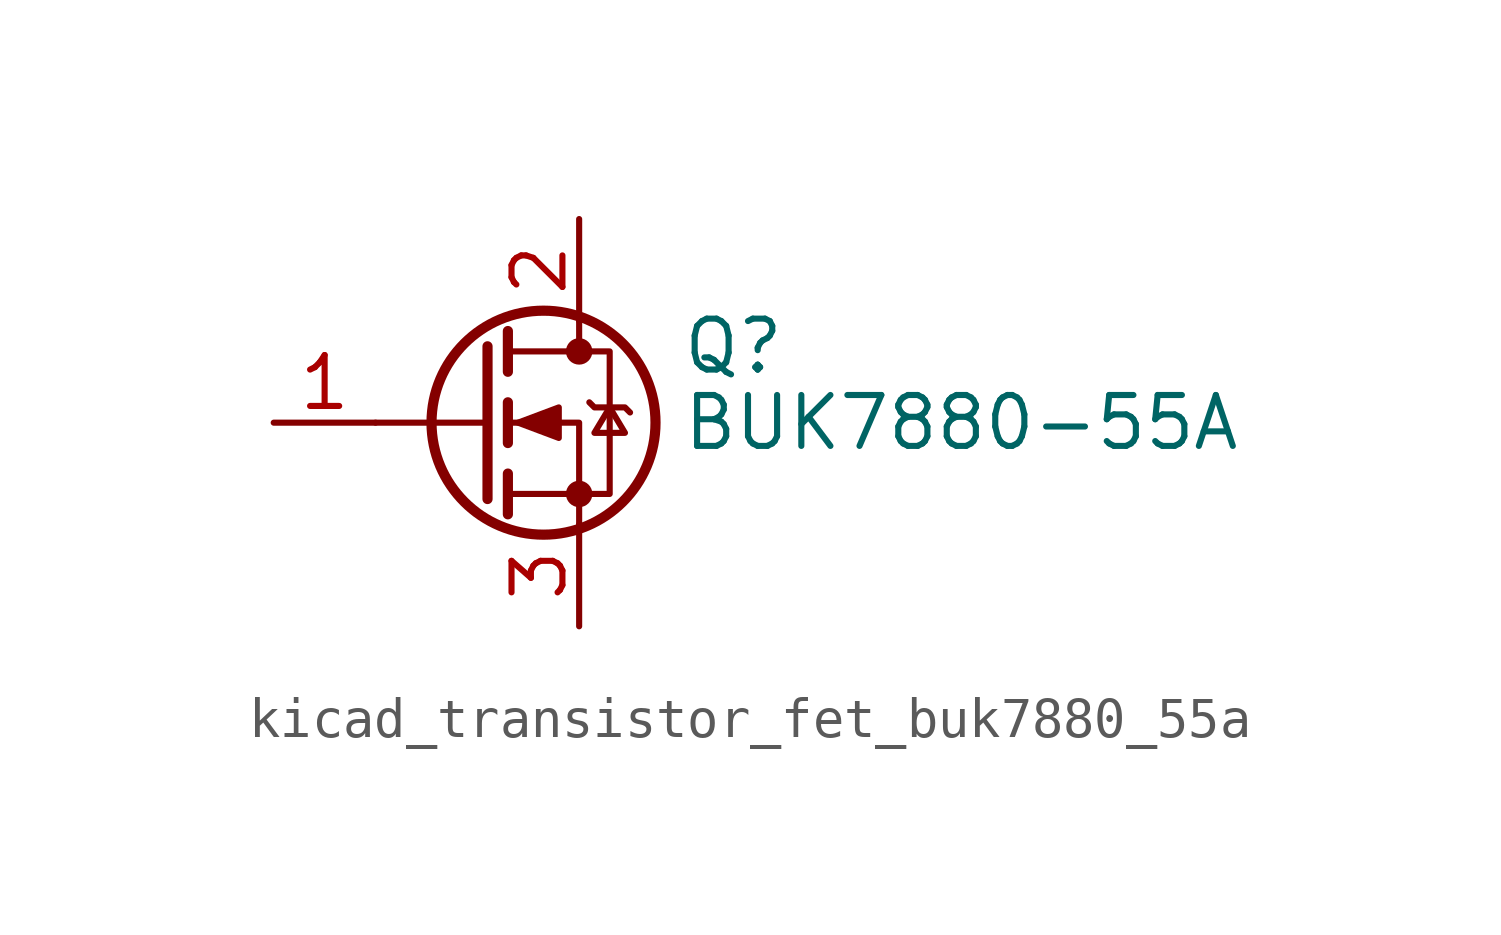
<source format=kicad_sym>
(kicad_symbol_lib
  (version 20220914)
  (generator kicad_symbol_editor)
  (symbol "kicad_transistor_fet_buk7880_55a"
    (pin_names hide)
    (property "Reference" "Q"
      (at 5.08 1.905 0)
      (effects (font (size 1.27 1.27)) (justify left)))
    (property "Value" "BUK7880-55A"
      (at 5.08 0 0)
      (effects (font (size 1.27 1.27)) (justify left)))
    (symbol "kicad_transistor_fet_buk7880_55a_0_1"
      (polyline (pts (xy 0.254 0) (xy -2.54 0)) (stroke (width 0) (type default)) (fill (type none)))
      (polyline (pts (xy 0.254 1.905) (xy 0.254 -1.905)) (stroke (width 0.254) (type default)) (fill (type none)))
      (polyline (pts (xy 0.762 -1.27) (xy 0.762 -2.286)) (stroke (width 0.254) (type default)) (fill (type none)))
      (polyline (pts (xy 0.762 0.508) (xy 0.762 -0.508)) (stroke (width 0.254) (type default)) (fill (type none)))
      (polyline (pts (xy 0.762 2.286) (xy 0.762 1.27)) (stroke (width 0.254) (type default)) (fill (type none)))
      (polyline (pts (xy 2.54 2.54) (xy 2.54 1.778)) (stroke (width 0) (type default)) (fill (type none)))
      (polyline (pts (xy 2.54 -2.54) (xy 2.54 0) (xy 0.762 0)) (stroke (width 0) (type default)) (fill (type none)))
      (polyline (pts (xy 0.762 -1.778) (xy 3.302 -1.778) (xy 3.302 1.778) (xy 0.762 1.778)) (stroke (width 0) (type default)) (fill (type none)))
      (polyline (pts (xy 1.016 0) (xy 2.032 0.381) (xy 2.032 -0.381) (xy 1.016 0)) (stroke (width 0) (type default)) (fill (type outline)))
      (polyline (pts (xy 2.794 0.508) (xy 2.921 0.381) (xy 3.683 0.381) (xy 3.81 0.254)) (stroke (width 0) (type default)) (fill (type none)))
      (polyline (pts (xy 3.302 0.381) (xy 2.921 -0.254) (xy 3.683 -0.254) (xy 3.302 0.381)) (stroke (width 0) (type default)) (fill (type none)))
      (circle (center 1.651 0) (radius 2.794) (stroke (width 0.254) (type default)) (fill (type none)))
      (circle (center 2.54 -1.778) (radius 0.254) (stroke (width 0) (type default)) (fill (type outline)))
      (circle (center 2.54 1.778) (radius 0.254) (stroke (width 0) (type default)) (fill (type outline))))
    (symbol "kicad_transistor_fet_buk7880_55a_1_1"
      (pin input line (at -5.08 0 0) (length 2.54) (name "G" (effects (font (size 1.27 1.27)))) (number "1" (effects (font (size 1.27 1.27)))))
      (pin passive line (at 2.54 5.08 270) (length 2.54) (name "D" (effects (font (size 1.27 1.27)))) (number "2" (effects (font (size 1.27 1.27)))))
      (pin passive line (at 2.54 -5.08 90) (length 2.54) (name "S" (effects (font (size 1.27 1.27)))) (number "3" (effects (font (size 1.27 1.27))))))))
</source>
